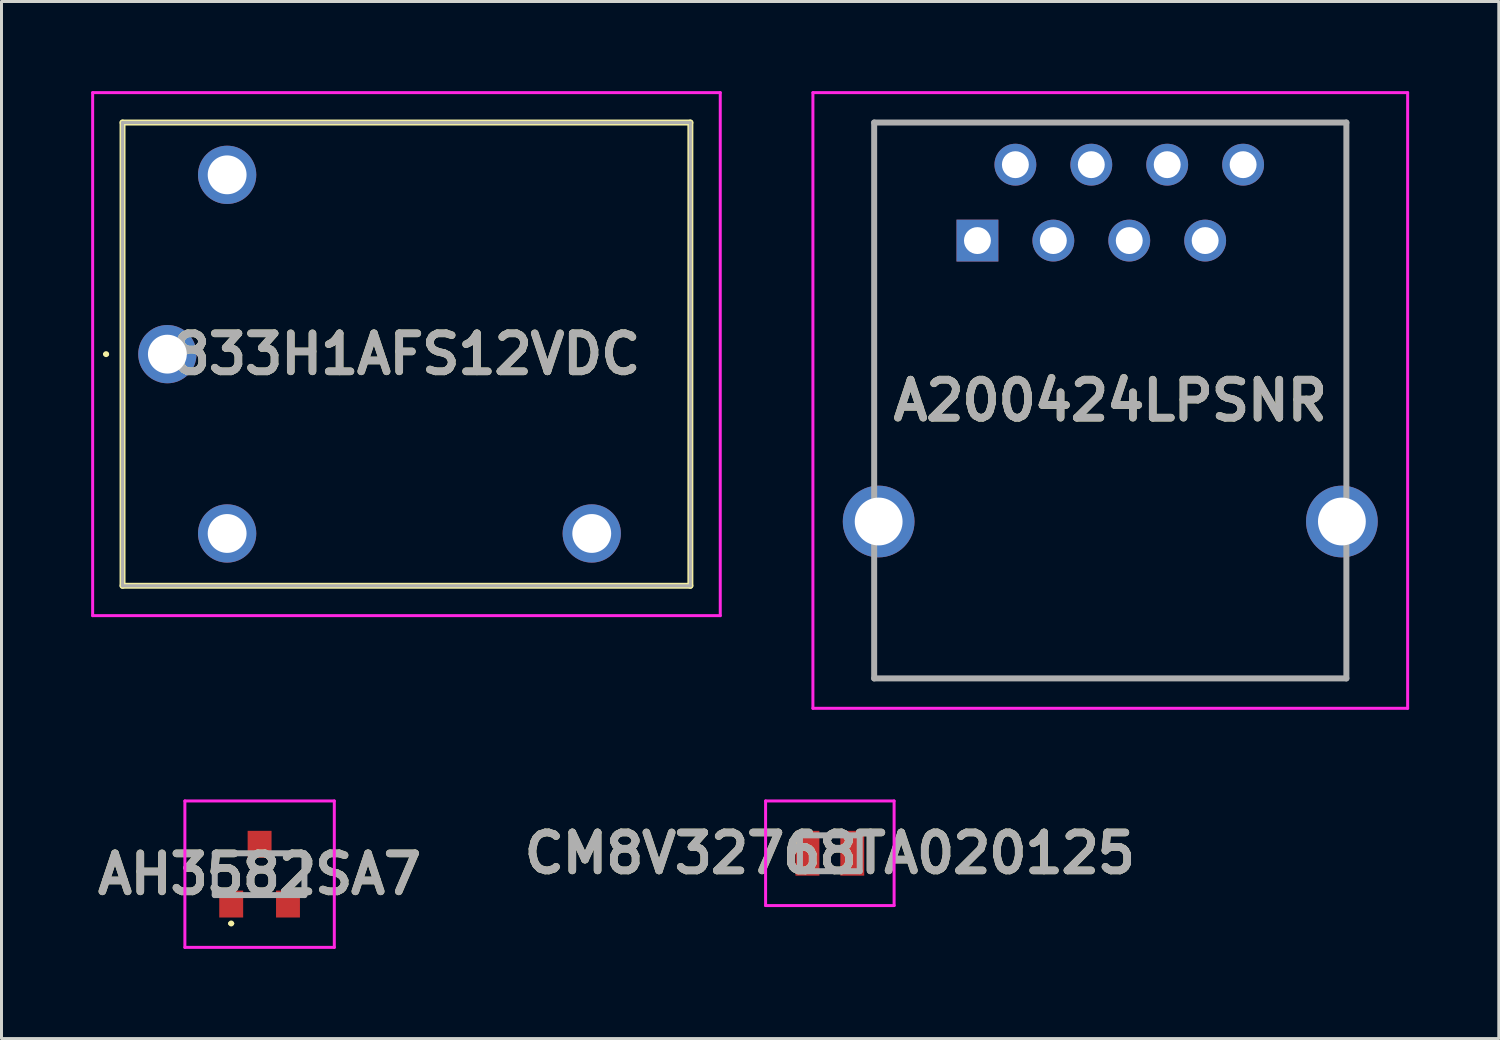
<source format=kicad_pcb>
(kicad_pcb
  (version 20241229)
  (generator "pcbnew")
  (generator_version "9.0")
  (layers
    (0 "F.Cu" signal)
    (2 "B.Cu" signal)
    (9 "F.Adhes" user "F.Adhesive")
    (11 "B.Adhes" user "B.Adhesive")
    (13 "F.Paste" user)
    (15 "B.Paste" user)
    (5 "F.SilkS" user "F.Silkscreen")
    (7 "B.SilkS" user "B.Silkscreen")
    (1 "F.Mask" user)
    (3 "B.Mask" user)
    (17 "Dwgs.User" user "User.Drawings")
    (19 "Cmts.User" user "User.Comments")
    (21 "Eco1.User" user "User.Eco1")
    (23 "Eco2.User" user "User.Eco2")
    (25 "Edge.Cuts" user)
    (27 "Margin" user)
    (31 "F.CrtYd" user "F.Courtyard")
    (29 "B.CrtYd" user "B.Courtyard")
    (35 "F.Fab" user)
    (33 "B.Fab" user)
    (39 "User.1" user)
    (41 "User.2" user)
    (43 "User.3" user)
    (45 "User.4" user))
  (footprint "A200424LPSNR"
    (layer "F.Cu")
    (at 29.655 5)
    (property "Reference" "A200424LPSNR" (at 4.445 5.35 0) (layer "F.SilkS") (effects (font (size 1.27 1.27) (thickness 0.254))))
    (attr through_hole)
    (fp_line (start -3.455 -3.95) (end 12.345 -3.95) (stroke (width 0.1) (type solid)) (layer "F.SilkS"))
    (fp_line (start -3.455 7.15) (end -3.455 -3.95) (stroke (width 0.1) (type solid)) (layer "F.SilkS"))
    (fp_line (start -3.455 11.65) (end -3.455 14.65) (stroke (width 0.1) (type solid)) (layer "F.SilkS"))
    (fp_line (start -3.455 14.65) (end 12.345 14.65) (stroke (width 0.1) (type solid)) (layer "F.SilkS"))
    (fp_line (start 12.345 -3.95) (end 12.345 7.15) (stroke (width 0.1) (type solid)) (layer "F.SilkS"))
    (fp_line (start 12.345 14.65) (end 12.345 11.65) (stroke (width 0.1) (type solid)) (layer "F.SilkS"))
    (fp_line (start -5.505 -4.95) (end 14.395 -4.95) (stroke (width 0.1) (type solid)) (layer "F.CrtYd"))
    (fp_line (start -5.505 15.65) (end -5.505 -4.95) (stroke (width 0.1) (type solid)) (layer "F.CrtYd"))
    (fp_line (start 14.395 -4.95) (end 14.395 15.65) (stroke (width 0.1) (type solid)) (layer "F.CrtYd"))
    (fp_line (start 14.395 15.65) (end -5.505 15.65) (stroke (width 0.1) (type solid)) (layer "F.CrtYd"))
    (fp_line (start -3.455 -3.95) (end 12.345 -3.95) (stroke (width 0.2) (type solid)) (layer "F.Fab"))
    (fp_line (start -3.455 14.65) (end -3.455 -3.95) (stroke (width 0.2) (type solid)) (layer "F.Fab"))
    (fp_line (start 12.345 -3.95) (end 12.345 14.65) (stroke (width 0.2) (type solid)) (layer "F.Fab"))
    (fp_line (start 12.345 14.65) (end -3.455 14.65) (stroke (width 0.2) (type solid)) (layer "F.Fab"))
    (fp_text user "${REFERENCE}" (at 4.445 5.35 0) (layer "F.Fab") (effects (font (size 1.27 1.27) (thickness 0.254))))
    (pad "" np_thru_hole circle (at -1.27 6.35) (size 0.001 0.001) (drill 3.2) (layers "*.Cu" "*.Mask"))
    (pad "" np_thru_hole circle (at 10.16 6.35) (size 0.001 0.001) (drill 3.2) (layers "*.Cu" "*.Mask"))
    (pad "1" thru_hole rect (at 0 0) (size 1.4 1.4) (drill 0.9) (layers "*.Cu" "*.Mask"))
    (pad "2" thru_hole circle (at 1.27 -2.54) (size 1.4 1.4) (drill 0.9) (layers "*.Cu" "*.Mask"))
    (pad "3" thru_hole circle (at 2.54 0) (size 1.4 1.4) (drill 0.9) (layers "*.Cu" "*.Mask"))
    (pad "4" thru_hole circle (at 3.81 -2.54) (size 1.4 1.4) (drill 0.9) (layers "*.Cu" "*.Mask"))
    (pad "5" thru_hole circle (at 5.08 0) (size 1.4 1.4) (drill 0.9) (layers "*.Cu" "*.Mask"))
    (pad "6" thru_hole circle (at 6.35 -2.54) (size 1.4 1.4) (drill 0.9) (layers "*.Cu" "*.Mask"))
    (pad "7" thru_hole circle (at 7.62 0) (size 1.4 1.4) (drill 0.9) (layers "*.Cu" "*.Mask"))
    (pad "8" thru_hole circle (at 8.89 -2.54) (size 1.4 1.4) (drill 0.9) (layers "*.Cu" "*.Mask"))
    (pad "MH1" thru_hole circle (at -3.305 9.4) (size 2.4 2.4) (drill 1.6) (layers "*.Cu" "*.Mask"))
    (pad "MH2" thru_hole circle (at 12.195 9.4) (size 2.4 2.4) (drill 1.6) (layers "*.Cu" "*.Mask")))
  (footprint "AH3582SA7"
    (layer "F.Cu")
    (at 5.636 26.2)
    (property "Reference" "AH3582SA7" (at 0 0 0) (layer "F.SilkS") (effects (font (size 1.27 1.27) (thickness 0.254))))
    (attr smd)
    (fp_line (start -1.5 -0.7) (end -0.95 -0.7) (stroke (width 0.1) (type solid)) (layer "F.SilkS"))
    (fp_line (start -1.5 0.7) (end -1.5 -0.7) (stroke (width 0.1) (type solid)) (layer "F.SilkS"))
    (fp_line (start -1 1.65) (end -1 1.65) (stroke (width 0.1) (type solid)) (layer "F.SilkS"))
    (fp_line (start -0.9 1.65) (end -0.9 1.65) (stroke (width 0.1) (type solid)) (layer "F.SilkS"))
    (fp_line (start 0.95 -0.7) (end 1.5 -0.7) (stroke (width 0.1) (type solid)) (layer "F.SilkS"))
    (fp_line (start 1.5 -0.7) (end 1.5 0.7) (stroke (width 0.1) (type solid)) (layer "F.SilkS"))
    (fp_arc (start -1 1.65) (mid -0.95 1.6) (end -0.9 1.65) (stroke (width 0.1) (type solid)) (layer "F.SilkS"))
    (fp_arc (start -0.9 1.65) (mid -0.95 1.7) (end -1 1.65) (stroke (width 0.1) (type solid)) (layer "F.SilkS"))
    (fp_line (start -2.5 -2.45) (end 2.5 -2.45) (stroke (width 0.1) (type solid)) (layer "F.CrtYd"))
    (fp_line (start -2.5 2.45) (end -2.5 -2.45) (stroke (width 0.1) (type solid)) (layer "F.CrtYd"))
    (fp_line (start 2.5 -2.45) (end 2.5 2.45) (stroke (width 0.1) (type solid)) (layer "F.CrtYd"))
    (fp_line (start 2.5 2.45) (end -2.5 2.45) (stroke (width 0.1) (type solid)) (layer "F.CrtYd"))
    (fp_line (start -1.5 -0.7) (end 1.5 -0.7) (stroke (width 0.2) (type solid)) (layer "F.Fab"))
    (fp_line (start -1.5 0.7) (end -1.5 -0.7) (stroke (width 0.2) (type solid)) (layer "F.Fab"))
    (fp_line (start 1.5 -0.7) (end 1.5 0.7) (stroke (width 0.2) (type solid)) (layer "F.Fab"))
    (fp_line (start 1.5 0.7) (end -1.5 0.7) (stroke (width 0.2) (type solid)) (layer "F.Fab"))
    (fp_text user "${REFERENCE}" (at 0 0 0) (layer "F.Fab") (effects (font (size 1.27 1.27) (thickness 0.254))))
    (pad "1" smd rect (at -0.95 1) (size 0.8 0.9) (layers "F.Cu" "F.Mask" "F.Paste"))
    (pad "2" smd rect (at 0 -1) (size 0.8 0.9) (layers "F.Cu" "F.Mask" "F.Paste"))
    (pad "3" smd rect (at 0.95 1) (size 0.8 0.9) (layers "F.Cu" "F.Mask" "F.Paste")))
  (footprint "833H1AFS12VDC"
    (layer "F.Cu")
    (at 2.55 8.8)
    (property "Reference" "833H1AFS12VDC" (at 8 0 0) (layer "F.SilkS") (effects (font (size 1.27 1.27) (thickness 0.254))))
    (attr through_hole)
    (fp_line (start -2.1 0) (end -2.1 0) (stroke (width 0.1) (type solid)) (layer "F.SilkS"))
    (fp_line (start -2 0) (end -2 0) (stroke (width 0.1) (type solid)) (layer "F.SilkS"))
    (fp_line (start -1.5 -7.75) (end -1.5 7.75) (stroke (width 0.2) (type solid)) (layer "F.SilkS"))
    (fp_line (start -1.5 7.75) (end 17.5 7.75) (stroke (width 0.2) (type solid)) (layer "F.SilkS"))
    (fp_line (start 17.5 -7.75) (end -1.5 -7.75) (stroke (width 0.2) (type solid)) (layer "F.SilkS"))
    (fp_line (start 17.5 7.75) (end 17.5 -7.75) (stroke (width 0.2) (type solid)) (layer "F.SilkS"))
    (fp_arc (start -2.1 0) (mid -2.05 -0.05) (end -2 0) (stroke (width 0.1) (type solid)) (layer "F.SilkS"))
    (fp_arc (start -2 0) (mid -2.05 0.05) (end -2.1 0) (stroke (width 0.1) (type solid)) (layer "F.SilkS"))
    (fp_line (start -2.5 -8.75) (end -2.5 8.75) (stroke (width 0.1) (type solid)) (layer "F.CrtYd"))
    (fp_line (start -2.5 8.75) (end 18.5 8.75) (stroke (width 0.1) (type solid)) (layer "F.CrtYd"))
    (fp_line (start 18.5 -8.75) (end -2.5 -8.75) (stroke (width 0.1) (type solid)) (layer "F.CrtYd"))
    (fp_line (start 18.5 8.75) (end 18.5 -8.75) (stroke (width 0.1) (type solid)) (layer "F.CrtYd"))
    (fp_line (start -1.5 -7.75) (end -1.5 7.75) (stroke (width 0.1) (type solid)) (layer "F.Fab"))
    (fp_line (start -1.5 7.75) (end 17.5 7.75) (stroke (width 0.1) (type solid)) (layer "F.Fab"))
    (fp_line (start 17.5 -7.75) (end -1.5 -7.75) (stroke (width 0.1) (type solid)) (layer "F.Fab"))
    (fp_line (start 17.5 7.75) (end 17.5 -7.75) (stroke (width 0.1) (type solid)) (layer "F.Fab"))
    (fp_text user "${REFERENCE}" (at 8 0 0) (layer "F.Fab") (effects (font (size 1.27 1.27) (thickness 0.254))))
    (pad "1" thru_hole circle (at 0 0) (size 1.95 1.95) (drill 1.3) (layers "*.Cu" "*.Mask"))
    (pad "2" thru_hole circle (at 2 6) (size 1.95 1.95) (drill 1.3) (layers "*.Cu" "*.Mask"))
    (pad "3" thru_hole circle (at 14.2 6) (size 1.95 1.95) (drill 1.3) (layers "*.Cu" "*.Mask"))
    (pad "5" thru_hole circle (at 2 -6) (size 1.95 1.95) (drill 1.3) (layers "*.Cu" "*.Mask")))
  (footprint "CM8V32768TA020125"
    (layer "F.Cu")
    (at 24.717 25.5)
    (property "Reference" "CM8V32768TA020125" (at 0 0 0) (layer "F.SilkS") (effects (font (size 1.27 1.27) (thickness 0.254))))
    (attr smd)
    (fp_line (start -0.2 -0.6) (end 0.2 -0.6) (stroke (width 0.1) (type solid)) (layer "F.SilkS"))
    (fp_line (start -0.2 0.6) (end 0.2 0.6) (stroke (width 0.1) (type solid)) (layer "F.SilkS"))
    (fp_line (start -2.15 -1.75) (end 2.15 -1.75) (stroke (width 0.1) (type solid)) (layer "F.CrtYd"))
    (fp_line (start -2.15 1.75) (end -2.15 -1.75) (stroke (width 0.1) (type solid)) (layer "F.CrtYd"))
    (fp_line (start 2.15 -1.75) (end 2.15 1.75) (stroke (width 0.1) (type solid)) (layer "F.CrtYd"))
    (fp_line (start 2.15 1.75) (end -2.15 1.75) (stroke (width 0.1) (type solid)) (layer "F.CrtYd"))
    (fp_line (start -1 -0.6) (end 1 -0.6) (stroke (width 0.2) (type solid)) (layer "F.Fab"))
    (fp_line (start -1 0.6) (end -1 -0.6) (stroke (width 0.2) (type solid)) (layer "F.Fab"))
    (fp_line (start 1 -0.6) (end 1 0.6) (stroke (width 0.2) (type solid)) (layer "F.Fab"))
    (fp_line (start 1 0.6) (end -1 0.6) (stroke (width 0.2) (type solid)) (layer "F.Fab"))
    (fp_text user "${REFERENCE}" (at 0 0 0) (layer "F.Fab") (effects (font (size 1.27 1.27) (thickness 0.254))))
    (pad "1" smd rect (at -0.75 0 90) (size 1.5 0.8) (layers "F.Cu" "F.Mask" "F.Paste"))
    (pad "2" smd rect (at 0.75 0 90) (size 1.5 0.8) (layers "F.Cu" "F.Mask" "F.Paste")))
  (gr_rect
    (start -3 -3)
    (end 47.1 31.7)
    (stroke (width 0.1) (type default))
    (fill no)
    (layer "Edge.Cuts")))
</source>
